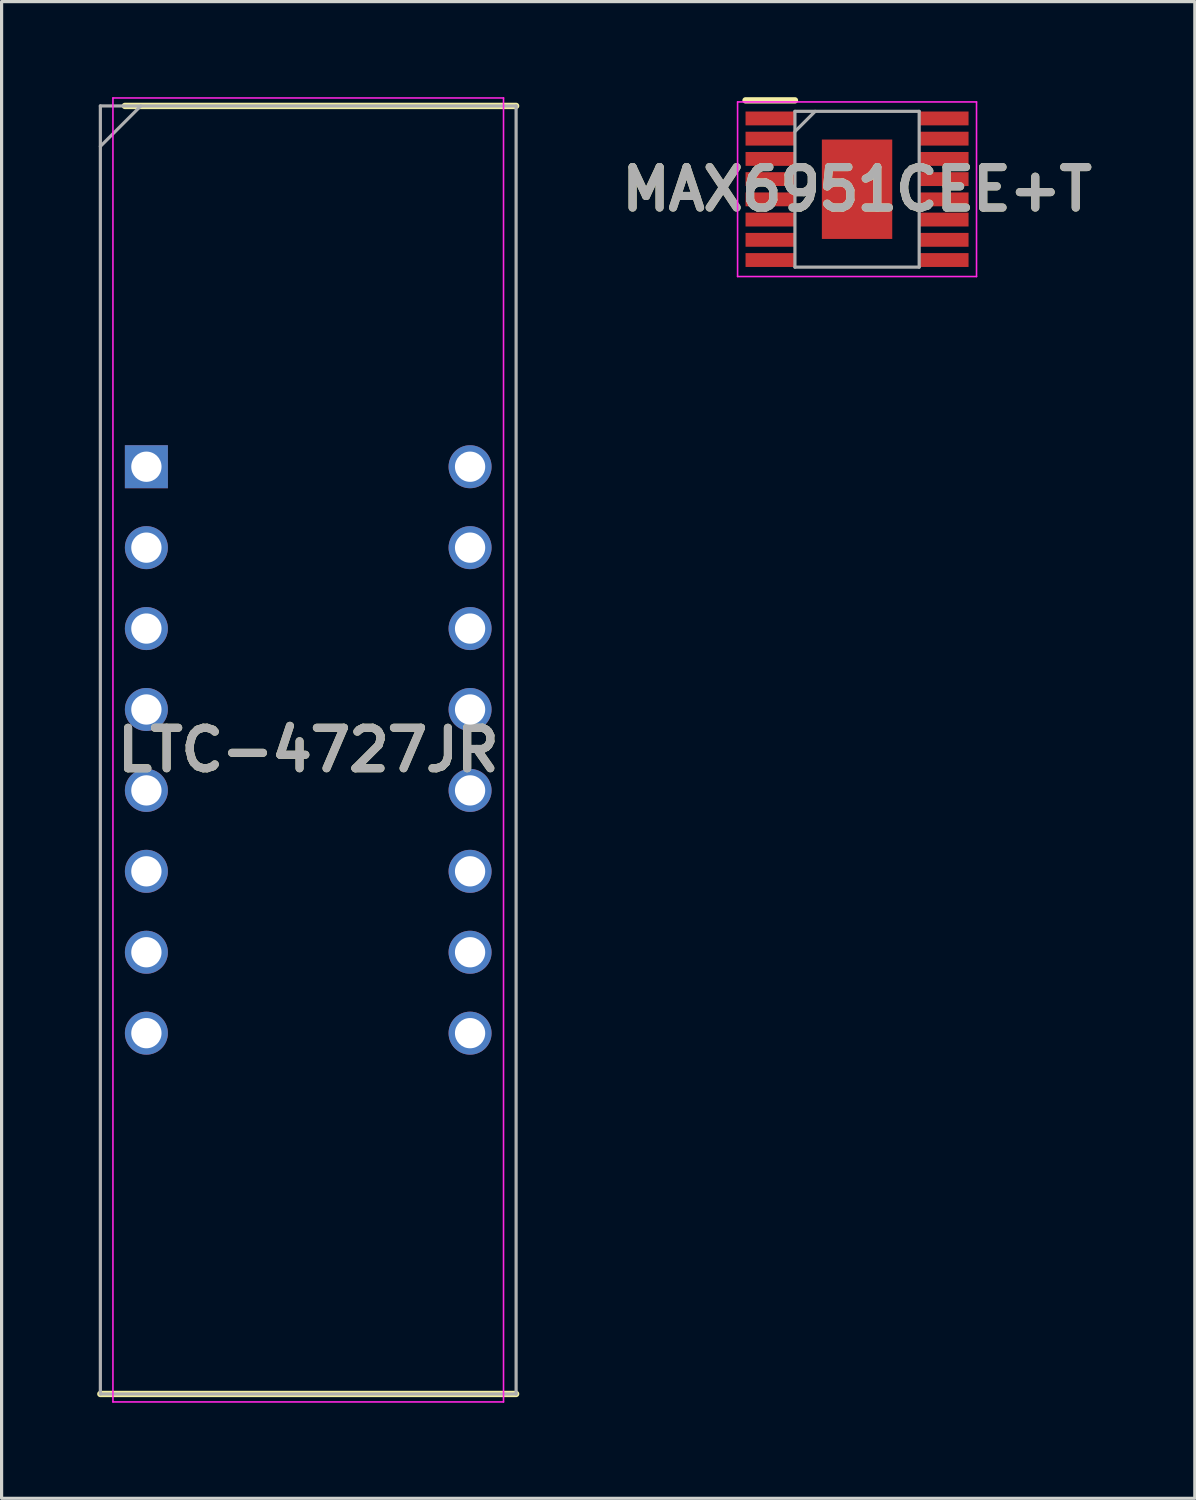
<source format=kicad_pcb>
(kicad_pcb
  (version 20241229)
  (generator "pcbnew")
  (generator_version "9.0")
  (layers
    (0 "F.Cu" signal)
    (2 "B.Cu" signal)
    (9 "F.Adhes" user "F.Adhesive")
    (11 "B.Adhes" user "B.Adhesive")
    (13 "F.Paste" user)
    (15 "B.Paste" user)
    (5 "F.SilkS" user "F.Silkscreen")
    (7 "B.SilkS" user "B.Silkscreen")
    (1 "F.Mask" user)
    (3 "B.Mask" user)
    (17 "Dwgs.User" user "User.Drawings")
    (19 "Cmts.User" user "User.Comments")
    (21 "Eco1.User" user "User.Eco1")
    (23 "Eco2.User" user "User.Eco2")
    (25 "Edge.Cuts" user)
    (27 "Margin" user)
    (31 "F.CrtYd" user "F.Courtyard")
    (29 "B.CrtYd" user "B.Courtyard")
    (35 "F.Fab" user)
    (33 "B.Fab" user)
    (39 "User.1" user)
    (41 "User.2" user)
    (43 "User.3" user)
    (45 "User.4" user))
  (footprint "MAX6951CEE+T"
    (layer "F.Cu")
    (at 23.852 2.89)
    (property "Reference" "MAX6951CEE+T" (at 0 0 0) (layer "F.SilkS") (effects (font (size 1.27 1.27) (thickness 0.254))))
    (attr smd)
    (fp_line (start -3.5 -2.79) (end -1.95 -2.79) (stroke (width 0.2) (type solid)) (layer "F.SilkS"))
    (fp_line (start -3.75 -2.74) (end 3.75 -2.74) (stroke (width 0.05) (type solid)) (layer "F.CrtYd"))
    (fp_line (start -3.75 2.74) (end -3.75 -2.74) (stroke (width 0.05) (type solid)) (layer "F.CrtYd"))
    (fp_line (start 3.75 -2.74) (end 3.75 2.74) (stroke (width 0.05) (type solid)) (layer "F.CrtYd"))
    (fp_line (start 3.75 2.74) (end -3.75 2.74) (stroke (width 0.05) (type solid)) (layer "F.CrtYd"))
    (fp_line (start -1.95 -2.445) (end 1.95 -2.445) (stroke (width 0.1) (type solid)) (layer "F.Fab"))
    (fp_line (start -1.95 -1.81) (end -1.315 -2.445) (stroke (width 0.1) (type solid)) (layer "F.Fab"))
    (fp_line (start -1.95 2.445) (end -1.95 -2.445) (stroke (width 0.1) (type solid)) (layer "F.Fab"))
    (fp_line (start 1.95 -2.445) (end 1.95 2.445) (stroke (width 0.1) (type solid)) (layer "F.Fab"))
    (fp_line (start 1.95 2.445) (end -1.95 2.445) (stroke (width 0.1) (type solid)) (layer "F.Fab"))
    (fp_text user "${REFERENCE}" (at 0 0 0) (layer "F.Fab") (effects (font (size 1.27 1.27) (thickness 0.254))))
    (pad "1" smd rect (at -2.725 -2.222 90) (size 0.435 1.55) (layers "F.Cu" "F.Mask" "F.Paste"))
    (pad "2" smd rect (at -2.725 -1.588 90) (size 0.435 1.55) (layers "F.Cu" "F.Mask" "F.Paste"))
    (pad "3" smd rect (at -2.725 -0.952 90) (size 0.435 1.55) (layers "F.Cu" "F.Mask" "F.Paste"))
    (pad "4" smd rect (at -2.725 -0.318 90) (size 0.435 1.55) (layers "F.Cu" "F.Mask" "F.Paste"))
    (pad "5" smd rect (at -2.725 0.318 90) (size 0.435 1.55) (layers "F.Cu" "F.Mask" "F.Paste"))
    (pad "6" smd rect (at -2.725 0.952 90) (size 0.435 1.55) (layers "F.Cu" "F.Mask" "F.Paste"))
    (pad "7" smd rect (at -2.725 1.588 90) (size 0.435 1.55) (layers "F.Cu" "F.Mask" "F.Paste"))
    (pad "8" smd rect (at -2.725 2.222 90) (size 0.435 1.55) (layers "F.Cu" "F.Mask" "F.Paste"))
    (pad "9" smd rect (at 2.725 2.222 90) (size 0.435 1.55) (layers "F.Cu" "F.Mask" "F.Paste"))
    (pad "10" smd rect (at 2.725 1.588 90) (size 0.435 1.55) (layers "F.Cu" "F.Mask" "F.Paste"))
    (pad "11" smd rect (at 2.725 0.952 90) (size 0.435 1.55) (layers "F.Cu" "F.Mask" "F.Paste"))
    (pad "12" smd rect (at 2.725 0.318 90) (size 0.435 1.55) (layers "F.Cu" "F.Mask" "F.Paste"))
    (pad "13" smd rect (at 2.725 -0.318 90) (size 0.435 1.55) (layers "F.Cu" "F.Mask" "F.Paste"))
    (pad "14" smd rect (at 2.725 -0.952 90) (size 0.435 1.55) (layers "F.Cu" "F.Mask" "F.Paste"))
    (pad "15" smd rect (at 2.725 -1.588 90) (size 0.435 1.55) (layers "F.Cu" "F.Mask" "F.Paste"))
    (pad "16" smd rect (at 2.725 -2.222 90) (size 0.435 1.55) (layers "F.Cu" "F.Mask" "F.Paste"))
    (pad "17" smd rect (at 0 0) (size 2.209 3.12) (layers "F.Cu" "F.Mask" "F.Paste")))
  (footprint "LTC-4727JR"
    (layer "F.Cu")
    (at 6.625 20.49)
    (property "Reference" "LTC-4727JR" (at 0 0 0) (layer "F.SilkS") (effects (font (size 1.27 1.27) (thickness 0.254))))
    (attr through_hole)
    (fp_line (start -6.525 20.215) (end 6.525 20.215) (stroke (width 0.2) (type solid)) (layer "F.SilkS"))
    (fp_line (start -5.755 -20.215) (end 6.525 -20.215) (stroke (width 0.2) (type solid)) (layer "F.SilkS"))
    (fp_line (start -6.13 -20.465) (end 6.13 -20.465) (stroke (width 0.05) (type solid)) (layer "F.CrtYd"))
    (fp_line (start -6.13 20.465) (end -6.13 -20.465) (stroke (width 0.05) (type solid)) (layer "F.CrtYd"))
    (fp_line (start 6.13 -20.465) (end 6.13 20.465) (stroke (width 0.05) (type solid)) (layer "F.CrtYd"))
    (fp_line (start 6.13 20.465) (end -6.13 20.465) (stroke (width 0.05) (type solid)) (layer "F.CrtYd"))
    (fp_line (start -6.525 -20.215) (end 6.525 -20.215) (stroke (width 0.1) (type solid)) (layer "F.Fab"))
    (fp_line (start -6.525 -18.945) (end -5.255 -20.215) (stroke (width 0.1) (type solid)) (layer "F.Fab"))
    (fp_line (start -6.525 20.215) (end -6.525 -20.215) (stroke (width 0.1) (type solid)) (layer "F.Fab"))
    (fp_line (start 6.525 -20.215) (end 6.525 20.215) (stroke (width 0.1) (type solid)) (layer "F.Fab"))
    (fp_line (start 6.525 20.215) (end -6.525 20.215) (stroke (width 0.1) (type solid)) (layer "F.Fab"))
    (fp_text user "${REFERENCE}" (at 0 0 0) (layer "F.Fab") (effects (font (size 1.27 1.27) (thickness 0.254))))
    (pad "1" thru_hole rect (at -5.08 -8.89) (size 1.35 1.35) (drill 0.95) (layers "*.Cu" "*.Mask"))
    (pad "2" thru_hole circle (at -5.08 -6.35) (size 1.35 1.35) (drill 0.95) (layers "*.Cu" "*.Mask"))
    (pad "3" thru_hole circle (at -5.08 -3.81) (size 1.35 1.35) (drill 0.95) (layers "*.Cu" "*.Mask"))
    (pad "4" thru_hole circle (at -5.08 -1.27) (size 1.35 1.35) (drill 0.95) (layers "*.Cu" "*.Mask"))
    (pad "5" thru_hole circle (at -5.08 1.27) (size 1.35 1.35) (drill 0.95) (layers "*.Cu" "*.Mask"))
    (pad "6" thru_hole circle (at -5.08 3.81) (size 1.35 1.35) (drill 0.95) (layers "*.Cu" "*.Mask"))
    (pad "7" thru_hole circle (at -5.08 6.35) (size 1.35 1.35) (drill 0.95) (layers "*.Cu" "*.Mask"))
    (pad "8" thru_hole circle (at -5.08 8.89) (size 1.35 1.35) (drill 0.95) (layers "*.Cu" "*.Mask"))
    (pad "9" thru_hole circle (at 5.08 8.89) (size 1.35 1.35) (drill 0.95) (layers "*.Cu" "*.Mask"))
    (pad "10" thru_hole circle (at 5.08 6.35) (size 1.35 1.35) (drill 0.95) (layers "*.Cu" "*.Mask"))
    (pad "11" thru_hole circle (at 5.08 3.81) (size 1.35 1.35) (drill 0.95) (layers "*.Cu" "*.Mask"))
    (pad "12" thru_hole circle (at 5.08 1.27) (size 1.35 1.35) (drill 0.95) (layers "*.Cu" "*.Mask"))
    (pad "13" thru_hole circle (at 5.08 -1.27) (size 1.35 1.35) (drill 0.95) (layers "*.Cu" "*.Mask"))
    (pad "14" thru_hole circle (at 5.08 -3.81) (size 1.35 1.35) (drill 0.95) (layers "*.Cu" "*.Mask"))
    (pad "15" thru_hole circle (at 5.08 -6.35) (size 1.35 1.35) (drill 0.95) (layers "*.Cu" "*.Mask"))
    (pad "16" thru_hole circle (at 5.08 -8.89) (size 1.35 1.35) (drill 0.95) (layers "*.Cu" "*.Mask")))
  (gr_rect
    (start -3 -3)
    (end 34.454 43.98)
    (stroke (width 0.1) (type default))
    (fill no)
    (layer "Edge.Cuts")))
</source>
